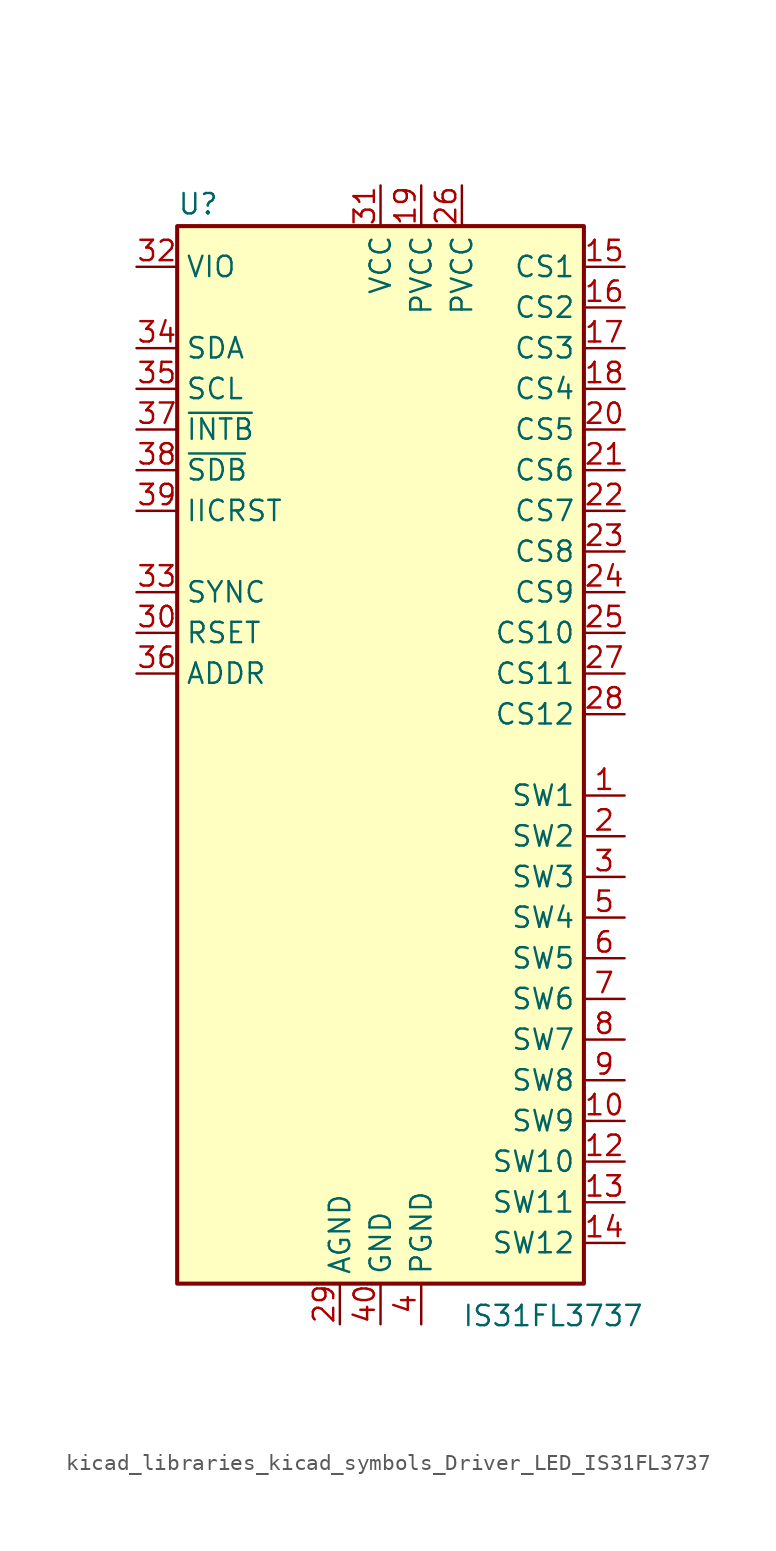
<source format=kicad_sym>
(kicad_symbol_lib
  (version 20220914)
  (generator kicad_symbol_editor)
  (symbol "kicad_libraries_kicad_symbols_Driver_LED_IS31FL3737"
    (property "Reference" "U"
      (at -12.7 33.655 0)
      (effects (font (size 1.27 1.27)) (justify left bottom)))
    (property "Value" "IS31FL3737"
      (at 5.08 -34.29 0)
      (effects (font (size 1.27 1.27)) (justify left top)))
    (symbol "kicad_libraries_kicad_symbols_Driver_LED_IS31FL3737_0_1"
      (rectangle (start -12.7 33.02) (end 12.7 -33.02) (stroke (width 0.254) (type default)) (fill (type background))))
    (symbol "kicad_libraries_kicad_symbols_Driver_LED_IS31FL3737_1_1"
      (pin input line (at 15.24 -2.54 180) (length 2.54) (name "SW1" (effects (font (size 1.27 1.27)))) (number "1" (effects (font (size 1.27 1.27)))))
      (pin input line (at 15.24 -22.86 180) (length 2.54) (name "SW9" (effects (font (size 1.27 1.27)))) (number "10" (effects (font (size 1.27 1.27)))))
      (pin passive line (at 2.54 -35.56 90) (length 2.54) hide (name "PGND" (effects (font (size 1.27 1.27)))) (number "11" (effects (font (size 1.27 1.27)))))
      (pin input line (at 15.24 -25.4 180) (length 2.54) (name "SW10" (effects (font (size 1.27 1.27)))) (number "12" (effects (font (size 1.27 1.27)))))
      (pin input line (at 15.24 -27.94 180) (length 2.54) (name "SW11" (effects (font (size 1.27 1.27)))) (number "13" (effects (font (size 1.27 1.27)))))
      (pin input line (at 15.24 -30.48 180) (length 2.54) (name "SW12" (effects (font (size 1.27 1.27)))) (number "14" (effects (font (size 1.27 1.27)))))
      (pin output line (at 15.24 30.48 180) (length 2.54) (name "CS1" (effects (font (size 1.27 1.27)))) (number "15" (effects (font (size 1.27 1.27)))))
      (pin output line (at 15.24 27.94 180) (length 2.54) (name "CS2" (effects (font (size 1.27 1.27)))) (number "16" (effects (font (size 1.27 1.27)))))
      (pin output line (at 15.24 25.4 180) (length 2.54) (name "CS3" (effects (font (size 1.27 1.27)))) (number "17" (effects (font (size 1.27 1.27)))))
      (pin output line (at 15.24 22.86 180) (length 2.54) (name "CS4" (effects (font (size 1.27 1.27)))) (number "18" (effects (font (size 1.27 1.27)))))
      (pin power_in line (at 2.54 35.56 270) (length 2.54) (name "PVCC" (effects (font (size 1.27 1.27)))) (number "19" (effects (font (size 1.27 1.27)))))
      (pin input line (at 15.24 -5.08 180) (length 2.54) (name "SW2" (effects (font (size 1.27 1.27)))) (number "2" (effects (font (size 1.27 1.27)))))
      (pin output line (at 15.24 20.32 180) (length 2.54) (name "CS5" (effects (font (size 1.27 1.27)))) (number "20" (effects (font (size 1.27 1.27)))))
      (pin output line (at 15.24 17.78 180) (length 2.54) (name "CS6" (effects (font (size 1.27 1.27)))) (number "21" (effects (font (size 1.27 1.27)))))
      (pin output line (at 15.24 15.24 180) (length 2.54) (name "CS7" (effects (font (size 1.27 1.27)))) (number "22" (effects (font (size 1.27 1.27)))))
      (pin output line (at 15.24 12.7 180) (length 2.54) (name "CS8" (effects (font (size 1.27 1.27)))) (number "23" (effects (font (size 1.27 1.27)))))
      (pin output line (at 15.24 10.16 180) (length 2.54) (name "CS9" (effects (font (size 1.27 1.27)))) (number "24" (effects (font (size 1.27 1.27)))))
      (pin output line (at 15.24 7.62 180) (length 2.54) (name "CS10" (effects (font (size 1.27 1.27)))) (number "25" (effects (font (size 1.27 1.27)))))
      (pin power_in line (at 5.08 35.56 270) (length 2.54) (name "PVCC" (effects (font (size 1.27 1.27)))) (number "26" (effects (font (size 1.27 1.27)))))
      (pin output line (at 15.24 5.08 180) (length 2.54) (name "CS11" (effects (font (size 1.27 1.27)))) (number "27" (effects (font (size 1.27 1.27)))))
      (pin output line (at 15.24 2.54 180) (length 2.54) (name "CS12" (effects (font (size 1.27 1.27)))) (number "28" (effects (font (size 1.27 1.27)))))
      (pin power_in line (at -2.54 -35.56 90) (length 2.54) (name "AGND" (effects (font (size 1.27 1.27)))) (number "29" (effects (font (size 1.27 1.27)))))
      (pin input line (at 15.24 -7.62 180) (length 2.54) (name "SW3" (effects (font (size 1.27 1.27)))) (number "3" (effects (font (size 1.27 1.27)))))
      (pin passive line (at -15.24 7.62 0) (length 2.54) (name "RSET" (effects (font (size 1.27 1.27)))) (number "30" (effects (font (size 1.27 1.27)))))
      (pin power_in line (at 0 35.56 270) (length 2.54) (name "VCC" (effects (font (size 1.27 1.27)))) (number "31" (effects (font (size 1.27 1.27)))))
      (pin input line (at -15.24 30.48 0) (length 2.54) (name "VIO" (effects (font (size 1.27 1.27)))) (number "32" (effects (font (size 1.27 1.27)))))
      (pin input line (at -15.24 10.16 0) (length 2.54) (name "SYNC" (effects (font (size 1.27 1.27)))) (number "33" (effects (font (size 1.27 1.27)))))
      (pin bidirectional line (at -15.24 25.4 0) (length 2.54) (name "SDA" (effects (font (size 1.27 1.27)))) (number "34" (effects (font (size 1.27 1.27)))))
      (pin input line (at -15.24 22.86 0) (length 2.54) (name "SCL" (effects (font (size 1.27 1.27)))) (number "35" (effects (font (size 1.27 1.27)))))
      (pin input line (at -15.24 5.08 0) (length 2.54) (name "ADDR" (effects (font (size 1.27 1.27)))) (number "36" (effects (font (size 1.27 1.27)))))
      (pin open_collector line (at -15.24 20.32 0) (length 2.54) (name "~{INTB}" (effects (font (size 1.27 1.27)))) (number "37" (effects (font (size 1.27 1.27)))))
      (pin input line (at -15.24 17.78 0) (length 2.54) (name "~{SDB}" (effects (font (size 1.27 1.27)))) (number "38" (effects (font (size 1.27 1.27)))))
      (pin input line (at -15.24 15.24 0) (length 2.54) (name "IICRST" (effects (font (size 1.27 1.27)))) (number "39" (effects (font (size 1.27 1.27)))))
      (pin power_in line (at 2.54 -35.56 90) (length 2.54) (name "PGND" (effects (font (size 1.27 1.27)))) (number "4" (effects (font (size 1.27 1.27)))))
      (pin power_in line (at 0 -35.56 90) (length 2.54) (name "GND" (effects (font (size 1.27 1.27)))) (number "40" (effects (font (size 1.27 1.27)))))
      (pin passive line (at 0 -35.56 90) (length 2.54) hide (name "GND" (effects (font (size 1.27 1.27)))) (number "41" (effects (font (size 1.27 1.27)))))
      (pin input line (at 15.24 -10.16 180) (length 2.54) (name "SW4" (effects (font (size 1.27 1.27)))) (number "5" (effects (font (size 1.27 1.27)))))
      (pin input line (at 15.24 -12.7 180) (length 2.54) (name "SW5" (effects (font (size 1.27 1.27)))) (number "6" (effects (font (size 1.27 1.27)))))
      (pin input line (at 15.24 -15.24 180) (length 2.54) (name "SW6" (effects (font (size 1.27 1.27)))) (number "7" (effects (font (size 1.27 1.27)))))
      (pin input line (at 15.24 -17.78 180) (length 2.54) (name "SW7" (effects (font (size 1.27 1.27)))) (number "8" (effects (font (size 1.27 1.27)))))
      (pin input line (at 15.24 -20.32 180) (length 2.54) (name "SW8" (effects (font (size 1.27 1.27)))) (number "9" (effects (font (size 1.27 1.27))))))))
</source>
